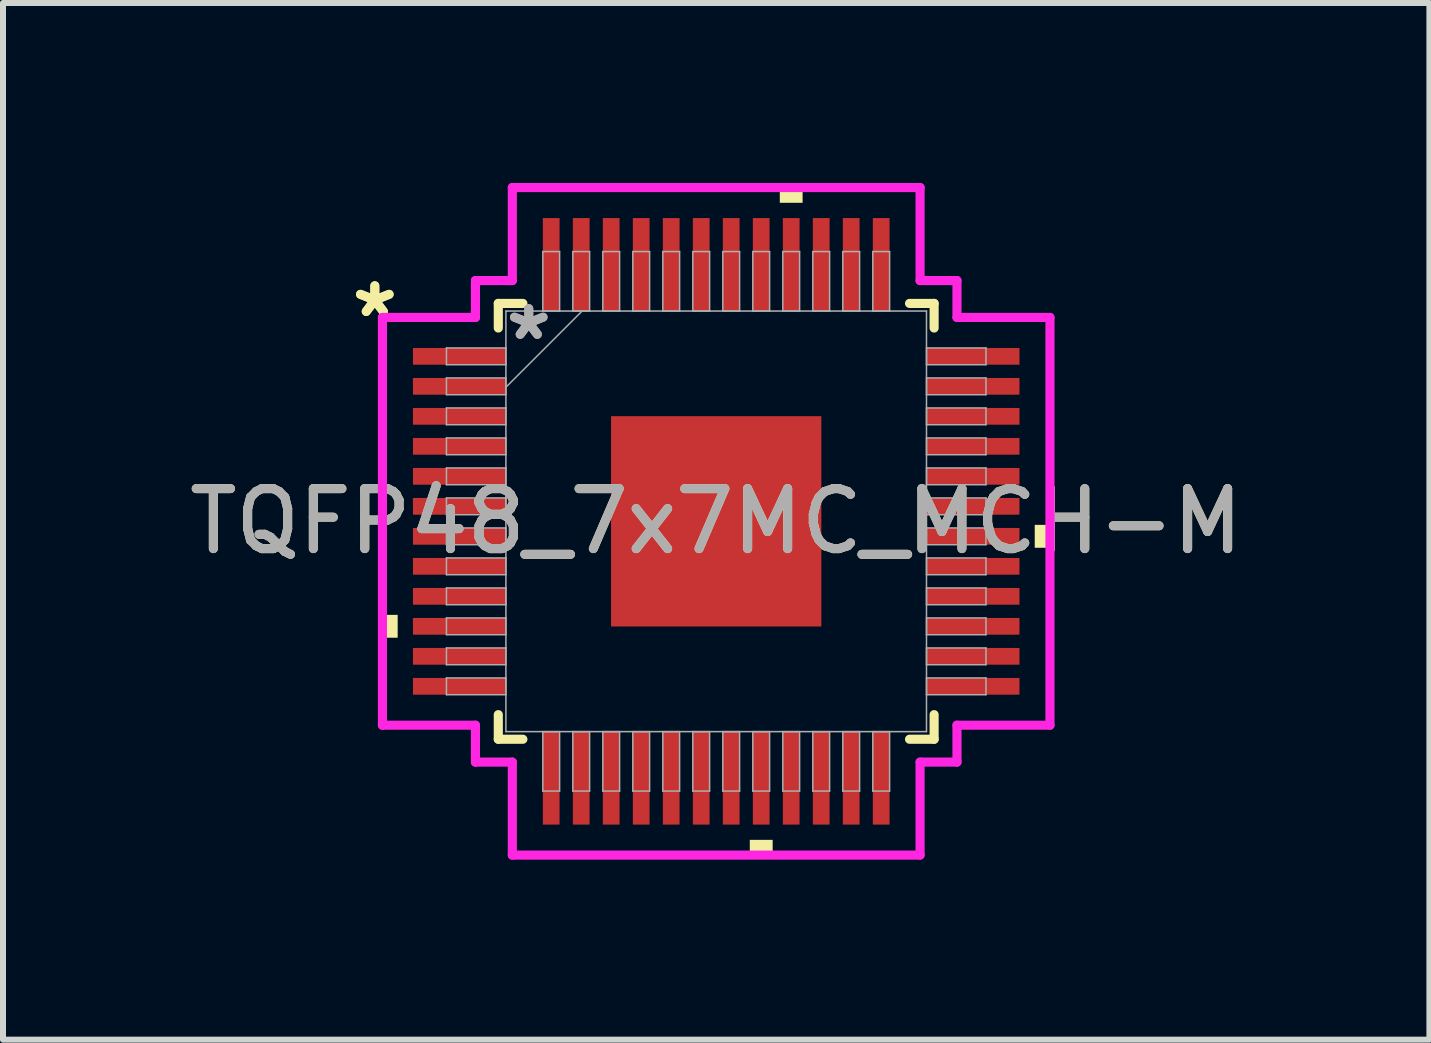
<source format=kicad_pcb>
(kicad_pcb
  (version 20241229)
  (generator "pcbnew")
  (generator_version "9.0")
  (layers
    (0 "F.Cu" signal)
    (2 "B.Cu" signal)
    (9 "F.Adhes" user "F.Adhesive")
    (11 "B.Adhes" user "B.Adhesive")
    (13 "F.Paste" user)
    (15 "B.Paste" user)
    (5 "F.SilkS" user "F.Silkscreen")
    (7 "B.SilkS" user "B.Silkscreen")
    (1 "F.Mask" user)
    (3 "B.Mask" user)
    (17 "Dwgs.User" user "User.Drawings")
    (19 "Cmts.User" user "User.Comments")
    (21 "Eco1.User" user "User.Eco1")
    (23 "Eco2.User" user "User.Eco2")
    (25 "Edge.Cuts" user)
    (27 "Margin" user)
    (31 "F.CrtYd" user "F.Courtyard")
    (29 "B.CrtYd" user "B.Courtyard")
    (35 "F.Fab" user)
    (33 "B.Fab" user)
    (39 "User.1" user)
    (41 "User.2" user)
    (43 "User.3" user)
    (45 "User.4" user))
  (footprint "TQFP48_7x7MC_MCH-M"
    (layer "F.Cu")
    (at 8.887 5.639)
    (property "Reference" "TQFP48_7x7MC_MCH-M" (at 0 0 0) (unlocked yes) (layer "F.SilkS") (effects (font (size 1 1) (thickness 0.15))))
    (attr smd)
    (fp_line (start -3.632 -3.632) (end -3.632 -3.222) (stroke (width 0.152) (type solid)) (layer "F.SilkS"))
    (fp_line (start -3.632 3.222) (end -3.632 3.632) (stroke (width 0.152) (type solid)) (layer "F.SilkS"))
    (fp_line (start -3.632 3.632) (end -3.222 3.632) (stroke (width 0.152) (type solid)) (layer "F.SilkS"))
    (fp_line (start -3.222 -3.632) (end -3.632 -3.632) (stroke (width 0.152) (type solid)) (layer "F.SilkS"))
    (fp_line (start 3.222 3.632) (end 3.632 3.632) (stroke (width 0.152) (type solid)) (layer "F.SilkS"))
    (fp_line (start 3.632 -3.632) (end 3.222 -3.632) (stroke (width 0.152) (type solid)) (layer "F.SilkS"))
    (fp_line (start 3.632 -3.222) (end 3.632 -3.632) (stroke (width 0.152) (type solid)) (layer "F.SilkS"))
    (fp_line (start 3.632 3.632) (end 3.632 3.222) (stroke (width 0.152) (type solid)) (layer "F.SilkS"))
    (fp_poly (pts (xy -5.563 1.559) (xy -5.563 1.94) (xy -5.309 1.94) (xy -5.309 1.559)) (stroke (width 0) (type solid)) (fill yes) (layer "F.SilkS"))
    (fp_poly (pts (xy 0.56 5.309) (xy 0.56 5.563) (xy 0.941 5.563) (xy 0.941 5.309)) (stroke (width 0) (type solid)) (fill yes) (layer "F.SilkS"))
    (fp_poly (pts (xy 1.06 -5.309) (xy 1.06 -5.563) (xy 1.44 -5.563) (xy 1.44 -5.309)) (stroke (width 0) (type solid)) (fill yes) (layer "F.SilkS"))
    (fp_poly (pts (xy 5.563 0.059) (xy 5.563 0.441) (xy 5.309 0.441) (xy 5.309 0.059)) (stroke (width 0) (type solid)) (fill yes) (layer "F.SilkS"))
    (fp_poly (pts (xy -1.653 -1.653) (xy -1.653 -0.1) (xy -0.1 -0.1) (xy -0.1 -1.653)) (stroke (width 0) (type solid)) (fill yes) (layer "F.Paste"))
    (fp_poly (pts (xy -1.653 0.1) (xy -1.653 1.653) (xy -0.1 1.653) (xy -0.1 0.1)) (stroke (width 0) (type solid)) (fill yes) (layer "F.Paste"))
    (fp_poly (pts (xy 0.1 -1.653) (xy 0.1 -0.1) (xy 1.653 -0.1) (xy 1.653 -1.653)) (stroke (width 0) (type solid)) (fill yes) (layer "F.Paste"))
    (fp_poly (pts (xy 0.1 0.1) (xy 0.1 1.653) (xy 1.653 1.653) (xy 1.653 0.1)) (stroke (width 0) (type solid)) (fill yes) (layer "F.Paste"))
    (fp_line (start -5.563 -3.398) (end -4.013 -3.398) (stroke (width 0.152) (type solid)) (layer "F.CrtYd"))
    (fp_line (start -5.563 3.398) (end -5.563 -3.398) (stroke (width 0.152) (type solid)) (layer "F.CrtYd"))
    (fp_line (start -4.013 -4.013) (end -3.398 -4.013) (stroke (width 0.152) (type solid)) (layer "F.CrtYd"))
    (fp_line (start -4.013 -3.398) (end -4.013 -4.013) (stroke (width 0.152) (type solid)) (layer "F.CrtYd"))
    (fp_line (start -4.013 3.398) (end -5.563 3.398) (stroke (width 0.152) (type solid)) (layer "F.CrtYd"))
    (fp_line (start -4.013 4.013) (end -4.013 3.398) (stroke (width 0.152) (type solid)) (layer "F.CrtYd"))
    (fp_line (start -4.013 4.013) (end -3.398 4.013) (stroke (width 0.152) (type solid)) (layer "F.CrtYd"))
    (fp_line (start -3.398 -5.563) (end 3.398 -5.563) (stroke (width 0.152) (type solid)) (layer "F.CrtYd"))
    (fp_line (start -3.398 -4.013) (end -3.398 -5.563) (stroke (width 0.152) (type solid)) (layer "F.CrtYd"))
    (fp_line (start -3.398 4.013) (end -3.398 5.563) (stroke (width 0.152) (type solid)) (layer "F.CrtYd"))
    (fp_line (start -3.398 5.563) (end 3.398 5.563) (stroke (width 0.152) (type solid)) (layer "F.CrtYd"))
    (fp_line (start 3.398 -5.563) (end 3.398 -4.013) (stroke (width 0.152) (type solid)) (layer "F.CrtYd"))
    (fp_line (start 3.398 -4.013) (end 4.013 -4.013) (stroke (width 0.152) (type solid)) (layer "F.CrtYd"))
    (fp_line (start 3.398 4.013) (end 4.013 4.013) (stroke (width 0.152) (type solid)) (layer "F.CrtYd"))
    (fp_line (start 3.398 5.563) (end 3.398 4.013) (stroke (width 0.152) (type solid)) (layer "F.CrtYd"))
    (fp_line (start 4.013 -3.398) (end 4.013 -4.013) (stroke (width 0.152) (type solid)) (layer "F.CrtYd"))
    (fp_line (start 4.013 3.398) (end 5.563 3.398) (stroke (width 0.152) (type solid)) (layer "F.CrtYd"))
    (fp_line (start 4.013 4.013) (end 4.013 3.398) (stroke (width 0.152) (type solid)) (layer "F.CrtYd"))
    (fp_line (start 5.563 -3.398) (end 4.013 -3.398) (stroke (width 0.152) (type solid)) (layer "F.CrtYd"))
    (fp_line (start 5.563 3.398) (end 5.563 -3.398) (stroke (width 0.152) (type solid)) (layer "F.CrtYd"))
    (fp_line (start -4.496 -2.89) (end -4.496 -2.61) (stroke (width 0.025) (type solid)) (layer "F.Fab"))
    (fp_line (start -4.496 -2.61) (end -3.505 -2.61) (stroke (width 0.025) (type solid)) (layer "F.Fab"))
    (fp_line (start -4.496 -2.39) (end -4.496 -2.11) (stroke (width 0.025) (type solid)) (layer "F.Fab"))
    (fp_line (start -4.496 -2.11) (end -3.505 -2.11) (stroke (width 0.025) (type solid)) (layer "F.Fab"))
    (fp_line (start -4.496 -1.89) (end -4.496 -1.61) (stroke (width 0.025) (type solid)) (layer "F.Fab"))
    (fp_line (start -4.496 -1.61) (end -3.505 -1.61) (stroke (width 0.025) (type solid)) (layer "F.Fab"))
    (fp_line (start -4.496 -1.39) (end -4.496 -1.11) (stroke (width 0.025) (type solid)) (layer "F.Fab"))
    (fp_line (start -4.496 -1.11) (end -3.505 -1.11) (stroke (width 0.025) (type solid)) (layer "F.Fab"))
    (fp_line (start -4.496 -0.89) (end -4.496 -0.61) (stroke (width 0.025) (type solid)) (layer "F.Fab"))
    (fp_line (start -4.496 -0.61) (end -3.505 -0.61) (stroke (width 0.025) (type solid)) (layer "F.Fab"))
    (fp_line (start -4.496 -0.39) (end -4.496 -0.11) (stroke (width 0.025) (type solid)) (layer "F.Fab"))
    (fp_line (start -4.496 -0.11) (end -3.505 -0.11) (stroke (width 0.025) (type solid)) (layer "F.Fab"))
    (fp_line (start -4.496 0.11) (end -4.496 0.39) (stroke (width 0.025) (type solid)) (layer "F.Fab"))
    (fp_line (start -4.496 0.39) (end -3.505 0.39) (stroke (width 0.025) (type solid)) (layer "F.Fab"))
    (fp_line (start -4.496 0.61) (end -4.496 0.89) (stroke (width 0.025) (type solid)) (layer "F.Fab"))
    (fp_line (start -4.496 0.89) (end -3.505 0.89) (stroke (width 0.025) (type solid)) (layer "F.Fab"))
    (fp_line (start -4.496 1.11) (end -4.496 1.39) (stroke (width 0.025) (type solid)) (layer "F.Fab"))
    (fp_line (start -4.496 1.39) (end -3.505 1.39) (stroke (width 0.025) (type solid)) (layer "F.Fab"))
    (fp_line (start -4.496 1.61) (end -4.496 1.89) (stroke (width 0.025) (type solid)) (layer "F.Fab"))
    (fp_line (start -4.496 1.89) (end -3.505 1.89) (stroke (width 0.025) (type solid)) (layer "F.Fab"))
    (fp_line (start -4.496 2.11) (end -4.496 2.39) (stroke (width 0.025) (type solid)) (layer "F.Fab"))
    (fp_line (start -4.496 2.39) (end -3.505 2.39) (stroke (width 0.025) (type solid)) (layer "F.Fab"))
    (fp_line (start -4.496 2.61) (end -4.496 2.89) (stroke (width 0.025) (type solid)) (layer "F.Fab"))
    (fp_line (start -4.496 2.89) (end -3.505 2.89) (stroke (width 0.025) (type solid)) (layer "F.Fab"))
    (fp_line (start -3.505 -3.505) (end -3.505 3.505) (stroke (width 0.025) (type solid)) (layer "F.Fab"))
    (fp_line (start -3.505 -2.89) (end -4.496 -2.89) (stroke (width 0.025) (type solid)) (layer "F.Fab"))
    (fp_line (start -3.505 -2.61) (end -3.505 -2.89) (stroke (width 0.025) (type solid)) (layer "F.Fab"))
    (fp_line (start -3.505 -2.39) (end -4.496 -2.39) (stroke (width 0.025) (type solid)) (layer "F.Fab"))
    (fp_line (start -3.505 -2.235) (end -2.235 -3.505) (stroke (width 0.025) (type solid)) (layer "F.Fab"))
    (fp_line (start -3.505 -2.11) (end -3.505 -2.39) (stroke (width 0.025) (type solid)) (layer "F.Fab"))
    (fp_line (start -3.505 -1.89) (end -4.496 -1.89) (stroke (width 0.025) (type solid)) (layer "F.Fab"))
    (fp_line (start -3.505 -1.61) (end -3.505 -1.89) (stroke (width 0.025) (type solid)) (layer "F.Fab"))
    (fp_line (start -3.505 -1.39) (end -4.496 -1.39) (stroke (width 0.025) (type solid)) (layer "F.Fab"))
    (fp_line (start -3.505 -1.11) (end -3.505 -1.39) (stroke (width 0.025) (type solid)) (layer "F.Fab"))
    (fp_line (start -3.505 -0.89) (end -4.496 -0.89) (stroke (width 0.025) (type solid)) (layer "F.Fab"))
    (fp_line (start -3.505 -0.61) (end -3.505 -0.89) (stroke (width 0.025) (type solid)) (layer "F.Fab"))
    (fp_line (start -3.505 -0.39) (end -4.496 -0.39) (stroke (width 0.025) (type solid)) (layer "F.Fab"))
    (fp_line (start -3.505 -0.11) (end -3.505 -0.39) (stroke (width 0.025) (type solid)) (layer "F.Fab"))
    (fp_line (start -3.505 0.11) (end -4.496 0.11) (stroke (width 0.025) (type solid)) (layer "F.Fab"))
    (fp_line (start -3.505 0.39) (end -3.505 0.11) (stroke (width 0.025) (type solid)) (layer "F.Fab"))
    (fp_line (start -3.505 0.61) (end -4.496 0.61) (stroke (width 0.025) (type solid)) (layer "F.Fab"))
    (fp_line (start -3.505 0.89) (end -3.505 0.61) (stroke (width 0.025) (type solid)) (layer "F.Fab"))
    (fp_line (start -3.505 1.11) (end -4.496 1.11) (stroke (width 0.025) (type solid)) (layer "F.Fab"))
    (fp_line (start -3.505 1.39) (end -3.505 1.11) (stroke (width 0.025) (type solid)) (layer "F.Fab"))
    (fp_line (start -3.505 1.61) (end -4.496 1.61) (stroke (width 0.025) (type solid)) (layer "F.Fab"))
    (fp_line (start -3.505 1.89) (end -3.505 1.61) (stroke (width 0.025) (type solid)) (layer "F.Fab"))
    (fp_line (start -3.505 2.11) (end -4.496 2.11) (stroke (width 0.025) (type solid)) (layer "F.Fab"))
    (fp_line (start -3.505 2.39) (end -3.505 2.11) (stroke (width 0.025) (type solid)) (layer "F.Fab"))
    (fp_line (start -3.505 2.61) (end -4.496 2.61) (stroke (width 0.025) (type solid)) (layer "F.Fab"))
    (fp_line (start -3.505 2.89) (end -3.505 2.61) (stroke (width 0.025) (type solid)) (layer "F.Fab"))
    (fp_line (start -3.505 3.505) (end 3.505 3.505) (stroke (width 0.025) (type solid)) (layer "F.Fab"))
    (fp_line (start -2.89 -4.496) (end -2.89 -3.505) (stroke (width 0.025) (type solid)) (layer "F.Fab"))
    (fp_line (start -2.89 -3.505) (end -2.61 -3.505) (stroke (width 0.025) (type solid)) (layer "F.Fab"))
    (fp_line (start -2.89 3.505) (end -2.89 4.496) (stroke (width 0.025) (type solid)) (layer "F.Fab"))
    (fp_line (start -2.89 4.496) (end -2.61 4.496) (stroke (width 0.025) (type solid)) (layer "F.Fab"))
    (fp_line (start -2.61 -4.496) (end -2.89 -4.496) (stroke (width 0.025) (type solid)) (layer "F.Fab"))
    (fp_line (start -2.61 -3.505) (end -2.61 -4.496) (stroke (width 0.025) (type solid)) (layer "F.Fab"))
    (fp_line (start -2.61 3.505) (end -2.89 3.505) (stroke (width 0.025) (type solid)) (layer "F.Fab"))
    (fp_line (start -2.61 4.496) (end -2.61 3.505) (stroke (width 0.025) (type solid)) (layer "F.Fab"))
    (fp_line (start -2.39 -4.496) (end -2.39 -3.505) (stroke (width 0.025) (type solid)) (layer "F.Fab"))
    (fp_line (start -2.39 -3.505) (end -2.11 -3.505) (stroke (width 0.025) (type solid)) (layer "F.Fab"))
    (fp_line (start -2.39 3.505) (end -2.39 4.496) (stroke (width 0.025) (type solid)) (layer "F.Fab"))
    (fp_line (start -2.39 4.496) (end -2.11 4.496) (stroke (width 0.025) (type solid)) (layer "F.Fab"))
    (fp_line (start -2.11 -4.496) (end -2.39 -4.496) (stroke (width 0.025) (type solid)) (layer "F.Fab"))
    (fp_line (start -2.11 -3.505) (end -2.11 -4.496) (stroke (width 0.025) (type solid)) (layer "F.Fab"))
    (fp_line (start -2.11 3.505) (end -2.39 3.505) (stroke (width 0.025) (type solid)) (layer "F.Fab"))
    (fp_line (start -2.11 4.496) (end -2.11 3.505) (stroke (width 0.025) (type solid)) (layer "F.Fab"))
    (fp_line (start -1.89 -4.496) (end -1.89 -3.505) (stroke (width 0.025) (type solid)) (layer "F.Fab"))
    (fp_line (start -1.89 -3.505) (end -1.61 -3.505) (stroke (width 0.025) (type solid)) (layer "F.Fab"))
    (fp_line (start -1.89 3.505) (end -1.89 4.496) (stroke (width 0.025) (type solid)) (layer "F.Fab"))
    (fp_line (start -1.89 4.496) (end -1.61 4.496) (stroke (width 0.025) (type solid)) (layer "F.Fab"))
    (fp_line (start -1.61 -4.496) (end -1.89 -4.496) (stroke (width 0.025) (type solid)) (layer "F.Fab"))
    (fp_line (start -1.61 -3.505) (end -1.61 -4.496) (stroke (width 0.025) (type solid)) (layer "F.Fab"))
    (fp_line (start -1.61 3.505) (end -1.89 3.505) (stroke (width 0.025) (type solid)) (layer "F.Fab"))
    (fp_line (start -1.61 4.496) (end -1.61 3.505) (stroke (width 0.025) (type solid)) (layer "F.Fab"))
    (fp_line (start -1.39 -4.496) (end -1.39 -3.505) (stroke (width 0.025) (type solid)) (layer "F.Fab"))
    (fp_line (start -1.39 -3.505) (end -1.11 -3.505) (stroke (width 0.025) (type solid)) (layer "F.Fab"))
    (fp_line (start -1.39 3.505) (end -1.39 4.496) (stroke (width 0.025) (type solid)) (layer "F.Fab"))
    (fp_line (start -1.39 4.496) (end -1.11 4.496) (stroke (width 0.025) (type solid)) (layer "F.Fab"))
    (fp_line (start -1.11 -4.496) (end -1.39 -4.496) (stroke (width 0.025) (type solid)) (layer "F.Fab"))
    (fp_line (start -1.11 -3.505) (end -1.11 -4.496) (stroke (width 0.025) (type solid)) (layer "F.Fab"))
    (fp_line (start -1.11 3.505) (end -1.39 3.505) (stroke (width 0.025) (type solid)) (layer "F.Fab"))
    (fp_line (start -1.11 4.496) (end -1.11 3.505) (stroke (width 0.025) (type solid)) (layer "F.Fab"))
    (fp_line (start -0.89 -4.496) (end -0.89 -3.505) (stroke (width 0.025) (type solid)) (layer "F.Fab"))
    (fp_line (start -0.89 -3.505) (end -0.61 -3.505) (stroke (width 0.025) (type solid)) (layer "F.Fab"))
    (fp_line (start -0.89 3.505) (end -0.89 4.496) (stroke (width 0.025) (type solid)) (layer "F.Fab"))
    (fp_line (start -0.89 4.496) (end -0.61 4.496) (stroke (width 0.025) (type solid)) (layer "F.Fab"))
    (fp_line (start -0.61 -4.496) (end -0.89 -4.496) (stroke (width 0.025) (type solid)) (layer "F.Fab"))
    (fp_line (start -0.61 -3.505) (end -0.61 -4.496) (stroke (width 0.025) (type solid)) (layer "F.Fab"))
    (fp_line (start -0.61 3.505) (end -0.89 3.505) (stroke (width 0.025) (type solid)) (layer "F.Fab"))
    (fp_line (start -0.61 4.496) (end -0.61 3.505) (stroke (width 0.025) (type solid)) (layer "F.Fab"))
    (fp_line (start -0.39 -4.496) (end -0.39 -3.505) (stroke (width 0.025) (type solid)) (layer "F.Fab"))
    (fp_line (start -0.39 -3.505) (end -0.11 -3.505) (stroke (width 0.025) (type solid)) (layer "F.Fab"))
    (fp_line (start -0.39 3.505) (end -0.39 4.496) (stroke (width 0.025) (type solid)) (layer "F.Fab"))
    (fp_line (start -0.39 4.496) (end -0.11 4.496) (stroke (width 0.025) (type solid)) (layer "F.Fab"))
    (fp_line (start -0.11 -4.496) (end -0.39 -4.496) (stroke (width 0.025) (type solid)) (layer "F.Fab"))
    (fp_line (start -0.11 -3.505) (end -0.11 -4.496) (stroke (width 0.025) (type solid)) (layer "F.Fab"))
    (fp_line (start -0.11 3.505) (end -0.39 3.505) (stroke (width 0.025) (type solid)) (layer "F.Fab"))
    (fp_line (start -0.11 4.496) (end -0.11 3.505) (stroke (width 0.025) (type solid)) (layer "F.Fab"))
    (fp_line (start 0.11 -4.496) (end 0.11 -3.505) (stroke (width 0.025) (type solid)) (layer "F.Fab"))
    (fp_line (start 0.11 -3.505) (end 0.39 -3.505) (stroke (width 0.025) (type solid)) (layer "F.Fab"))
    (fp_line (start 0.11 3.505) (end 0.11 4.496) (stroke (width 0.025) (type solid)) (layer "F.Fab"))
    (fp_line (start 0.11 4.496) (end 0.39 4.496) (stroke (width 0.025) (type solid)) (layer "F.Fab"))
    (fp_line (start 0.39 -4.496) (end 0.11 -4.496) (stroke (width 0.025) (type solid)) (layer "F.Fab"))
    (fp_line (start 0.39 -3.505) (end 0.39 -4.496) (stroke (width 0.025) (type solid)) (layer "F.Fab"))
    (fp_line (start 0.39 3.505) (end 0.11 3.505) (stroke (width 0.025) (type solid)) (layer "F.Fab"))
    (fp_line (start 0.39 4.496) (end 0.39 3.505) (stroke (width 0.025) (type solid)) (layer "F.Fab"))
    (fp_line (start 0.61 -4.496) (end 0.61 -3.505) (stroke (width 0.025) (type solid)) (layer "F.Fab"))
    (fp_line (start 0.61 -3.505) (end 0.89 -3.505) (stroke (width 0.025) (type solid)) (layer "F.Fab"))
    (fp_line (start 0.61 3.505) (end 0.61 4.496) (stroke (width 0.025) (type solid)) (layer "F.Fab"))
    (fp_line (start 0.61 4.496) (end 0.89 4.496) (stroke (width 0.025) (type solid)) (layer "F.Fab"))
    (fp_line (start 0.89 -4.496) (end 0.61 -4.496) (stroke (width 0.025) (type solid)) (layer "F.Fab"))
    (fp_line (start 0.89 -3.505) (end 0.89 -4.496) (stroke (width 0.025) (type solid)) (layer "F.Fab"))
    (fp_line (start 0.89 3.505) (end 0.61 3.505) (stroke (width 0.025) (type solid)) (layer "F.Fab"))
    (fp_line (start 0.89 4.496) (end 0.89 3.505) (stroke (width 0.025) (type solid)) (layer "F.Fab"))
    (fp_line (start 1.11 -4.496) (end 1.11 -3.505) (stroke (width 0.025) (type solid)) (layer "F.Fab"))
    (fp_line (start 1.11 -3.505) (end 1.39 -3.505) (stroke (width 0.025) (type solid)) (layer "F.Fab"))
    (fp_line (start 1.11 3.505) (end 1.11 4.496) (stroke (width 0.025) (type solid)) (layer "F.Fab"))
    (fp_line (start 1.11 4.496) (end 1.39 4.496) (stroke (width 0.025) (type solid)) (layer "F.Fab"))
    (fp_line (start 1.39 -4.496) (end 1.11 -4.496) (stroke (width 0.025) (type solid)) (layer "F.Fab"))
    (fp_line (start 1.39 -3.505) (end 1.39 -4.496) (stroke (width 0.025) (type solid)) (layer "F.Fab"))
    (fp_line (start 1.39 3.505) (end 1.11 3.505) (stroke (width 0.025) (type solid)) (layer "F.Fab"))
    (fp_line (start 1.39 4.496) (end 1.39 3.505) (stroke (width 0.025) (type solid)) (layer "F.Fab"))
    (fp_line (start 1.61 -4.496) (end 1.61 -3.505) (stroke (width 0.025) (type solid)) (layer "F.Fab"))
    (fp_line (start 1.61 -3.505) (end 1.89 -3.505) (stroke (width 0.025) (type solid)) (layer "F.Fab"))
    (fp_line (start 1.61 3.505) (end 1.61 4.496) (stroke (width 0.025) (type solid)) (layer "F.Fab"))
    (fp_line (start 1.61 4.496) (end 1.89 4.496) (stroke (width 0.025) (type solid)) (layer "F.Fab"))
    (fp_line (start 1.89 -4.496) (end 1.61 -4.496) (stroke (width 0.025) (type solid)) (layer "F.Fab"))
    (fp_line (start 1.89 -3.505) (end 1.89 -4.496) (stroke (width 0.025) (type solid)) (layer "F.Fab"))
    (fp_line (start 1.89 3.505) (end 1.61 3.505) (stroke (width 0.025) (type solid)) (layer "F.Fab"))
    (fp_line (start 1.89 4.496) (end 1.89 3.505) (stroke (width 0.025) (type solid)) (layer "F.Fab"))
    (fp_line (start 2.11 -4.496) (end 2.11 -3.505) (stroke (width 0.025) (type solid)) (layer "F.Fab"))
    (fp_line (start 2.11 -3.505) (end 2.39 -3.505) (stroke (width 0.025) (type solid)) (layer "F.Fab"))
    (fp_line (start 2.11 3.505) (end 2.11 4.496) (stroke (width 0.025) (type solid)) (layer "F.Fab"))
    (fp_line (start 2.11 4.496) (end 2.39 4.496) (stroke (width 0.025) (type solid)) (layer "F.Fab"))
    (fp_line (start 2.39 -4.496) (end 2.11 -4.496) (stroke (width 0.025) (type solid)) (layer "F.Fab"))
    (fp_line (start 2.39 -3.505) (end 2.39 -4.496) (stroke (width 0.025) (type solid)) (layer "F.Fab"))
    (fp_line (start 2.39 3.505) (end 2.11 3.505) (stroke (width 0.025) (type solid)) (layer "F.Fab"))
    (fp_line (start 2.39 4.496) (end 2.39 3.505) (stroke (width 0.025) (type solid)) (layer "F.Fab"))
    (fp_line (start 2.61 -4.496) (end 2.61 -3.505) (stroke (width 0.025) (type solid)) (layer "F.Fab"))
    (fp_line (start 2.61 -3.505) (end 2.89 -3.505) (stroke (width 0.025) (type solid)) (layer "F.Fab"))
    (fp_line (start 2.61 3.505) (end 2.61 4.496) (stroke (width 0.025) (type solid)) (layer "F.Fab"))
    (fp_line (start 2.61 4.496) (end 2.89 4.496) (stroke (width 0.025) (type solid)) (layer "F.Fab"))
    (fp_line (start 2.89 -4.496) (end 2.61 -4.496) (stroke (width 0.025) (type solid)) (layer "F.Fab"))
    (fp_line (start 2.89 -3.505) (end 2.89 -4.496) (stroke (width 0.025) (type solid)) (layer "F.Fab"))
    (fp_line (start 2.89 3.505) (end 2.61 3.505) (stroke (width 0.025) (type solid)) (layer "F.Fab"))
    (fp_line (start 2.89 4.496) (end 2.89 3.505) (stroke (width 0.025) (type solid)) (layer "F.Fab"))
    (fp_line (start 3.505 -3.505) (end -3.505 -3.505) (stroke (width 0.025) (type solid)) (layer "F.Fab"))
    (fp_line (start 3.505 -2.89) (end 3.505 -2.61) (stroke (width 0.025) (type solid)) (layer "F.Fab"))
    (fp_line (start 3.505 -2.61) (end 4.496 -2.61) (stroke (width 0.025) (type solid)) (layer "F.Fab"))
    (fp_line (start 3.505 -2.39) (end 3.505 -2.11) (stroke (width 0.025) (type solid)) (layer "F.Fab"))
    (fp_line (start 3.505 -2.11) (end 4.496 -2.11) (stroke (width 0.025) (type solid)) (layer "F.Fab"))
    (fp_line (start 3.505 -1.89) (end 3.505 -1.61) (stroke (width 0.025) (type solid)) (layer "F.Fab"))
    (fp_line (start 3.505 -1.61) (end 4.496 -1.61) (stroke (width 0.025) (type solid)) (layer "F.Fab"))
    (fp_line (start 3.505 -1.39) (end 3.505 -1.11) (stroke (width 0.025) (type solid)) (layer "F.Fab"))
    (fp_line (start 3.505 -1.11) (end 4.496 -1.11) (stroke (width 0.025) (type solid)) (layer "F.Fab"))
    (fp_line (start 3.505 -0.89) (end 3.505 -0.61) (stroke (width 0.025) (type solid)) (layer "F.Fab"))
    (fp_line (start 3.505 -0.61) (end 4.496 -0.61) (stroke (width 0.025) (type solid)) (layer "F.Fab"))
    (fp_line (start 3.505 -0.39) (end 3.505 -0.11) (stroke (width 0.025) (type solid)) (layer "F.Fab"))
    (fp_line (start 3.505 -0.11) (end 4.496 -0.11) (stroke (width 0.025) (type solid)) (layer "F.Fab"))
    (fp_line (start 3.505 0.11) (end 3.505 0.39) (stroke (width 0.025) (type solid)) (layer "F.Fab"))
    (fp_line (start 3.505 0.39) (end 4.496 0.39) (stroke (width 0.025) (type solid)) (layer "F.Fab"))
    (fp_line (start 3.505 0.61) (end 3.505 0.89) (stroke (width 0.025) (type solid)) (layer "F.Fab"))
    (fp_line (start 3.505 0.89) (end 4.496 0.89) (stroke (width 0.025) (type solid)) (layer "F.Fab"))
    (fp_line (start 3.505 1.11) (end 3.505 1.39) (stroke (width 0.025) (type solid)) (layer "F.Fab"))
    (fp_line (start 3.505 1.39) (end 4.496 1.39) (stroke (width 0.025) (type solid)) (layer "F.Fab"))
    (fp_line (start 3.505 1.61) (end 3.505 1.89) (stroke (width 0.025) (type solid)) (layer "F.Fab"))
    (fp_line (start 3.505 1.89) (end 4.496 1.89) (stroke (width 0.025) (type solid)) (layer "F.Fab"))
    (fp_line (start 3.505 2.11) (end 3.505 2.39) (stroke (width 0.025) (type solid)) (layer "F.Fab"))
    (fp_line (start 3.505 2.39) (end 4.496 2.39) (stroke (width 0.025) (type solid)) (layer "F.Fab"))
    (fp_line (start 3.505 2.61) (end 3.505 2.89) (stroke (width 0.025) (type solid)) (layer "F.Fab"))
    (fp_line (start 3.505 2.89) (end 4.496 2.89) (stroke (width 0.025) (type solid)) (layer "F.Fab"))
    (fp_line (start 3.505 3.505) (end 3.505 -3.505) (stroke (width 0.025) (type solid)) (layer "F.Fab"))
    (fp_line (start 4.496 -2.89) (end 3.505 -2.89) (stroke (width 0.025) (type solid)) (layer "F.Fab"))
    (fp_line (start 4.496 -2.61) (end 4.496 -2.89) (stroke (width 0.025) (type solid)) (layer "F.Fab"))
    (fp_line (start 4.496 -2.39) (end 3.505 -2.39) (stroke (width 0.025) (type solid)) (layer "F.Fab"))
    (fp_line (start 4.496 -2.11) (end 4.496 -2.39) (stroke (width 0.025) (type solid)) (layer "F.Fab"))
    (fp_line (start 4.496 -1.89) (end 3.505 -1.89) (stroke (width 0.025) (type solid)) (layer "F.Fab"))
    (fp_line (start 4.496 -1.61) (end 4.496 -1.89) (stroke (width 0.025) (type solid)) (layer "F.Fab"))
    (fp_line (start 4.496 -1.39) (end 3.505 -1.39) (stroke (width 0.025) (type solid)) (layer "F.Fab"))
    (fp_line (start 4.496 -1.11) (end 4.496 -1.39) (stroke (width 0.025) (type solid)) (layer "F.Fab"))
    (fp_line (start 4.496 -0.89) (end 3.505 -0.89) (stroke (width 0.025) (type solid)) (layer "F.Fab"))
    (fp_line (start 4.496 -0.61) (end 4.496 -0.89) (stroke (width 0.025) (type solid)) (layer "F.Fab"))
    (fp_line (start 4.496 -0.39) (end 3.505 -0.39) (stroke (width 0.025) (type solid)) (layer "F.Fab"))
    (fp_line (start 4.496 -0.11) (end 4.496 -0.39) (stroke (width 0.025) (type solid)) (layer "F.Fab"))
    (fp_line (start 4.496 0.11) (end 3.505 0.11) (stroke (width 0.025) (type solid)) (layer "F.Fab"))
    (fp_line (start 4.496 0.39) (end 4.496 0.11) (stroke (width 0.025) (type solid)) (layer "F.Fab"))
    (fp_line (start 4.496 0.61) (end 3.505 0.61) (stroke (width 0.025) (type solid)) (layer "F.Fab"))
    (fp_line (start 4.496 0.89) (end 4.496 0.61) (stroke (width 0.025) (type solid)) (layer "F.Fab"))
    (fp_line (start 4.496 1.11) (end 3.505 1.11) (stroke (width 0.025) (type solid)) (layer "F.Fab"))
    (fp_line (start 4.496 1.39) (end 4.496 1.11) (stroke (width 0.025) (type solid)) (layer "F.Fab"))
    (fp_line (start 4.496 1.61) (end 3.505 1.61) (stroke (width 0.025) (type solid)) (layer "F.Fab"))
    (fp_line (start 4.496 1.89) (end 4.496 1.61) (stroke (width 0.025) (type solid)) (layer "F.Fab"))
    (fp_line (start 4.496 2.11) (end 3.505 2.11) (stroke (width 0.025) (type solid)) (layer "F.Fab"))
    (fp_line (start 4.496 2.39) (end 4.496 2.11) (stroke (width 0.025) (type solid)) (layer "F.Fab"))
    (fp_line (start 4.496 2.61) (end 3.505 2.61) (stroke (width 0.025) (type solid)) (layer "F.Fab"))
    (fp_line (start 4.496 2.89) (end 4.496 2.61) (stroke (width 0.025) (type solid)) (layer "F.Fab"))
    (fp_text user "*" (at -5.69 -3.381 0) (layer "F.SilkS") (effects (font (size 1 1) (thickness 0.15))))
    (fp_text user "*" (at -5.69 -3.381 0) (unlocked yes) (layer "F.SilkS") (effects (font (size 1 1) (thickness 0.15))))
    (fp_text user "${REFERENCE}" (at 0 0 0) (unlocked yes) (layer "F.Fab") (effects (font (size 1 1) (thickness 0.15))))
    (fp_text user "*" (at -3.124 -3 0) (layer "F.Fab") (effects (font (size 1 1) (thickness 0.15))))
    (fp_text user "*" (at -3.124 -3 0) (unlocked yes) (layer "F.Fab") (effects (font (size 1 1) (thickness 0.15))))
    (pad "1" smd rect (at -4.28 -2.75 90) (size 0.279 1.549) (layers "F.Cu" "F.Mask" "F.Paste"))
    (pad "2" smd rect (at -4.28 -2.25 90) (size 0.279 1.549) (layers "F.Cu" "F.Mask" "F.Paste"))
    (pad "3" smd rect (at -4.28 -1.75 90) (size 0.279 1.549) (layers "F.Cu" "F.Mask" "F.Paste"))
    (pad "4" smd rect (at -4.28 -1.25 90) (size 0.279 1.549) (layers "F.Cu" "F.Mask" "F.Paste"))
    (pad "5" smd rect (at -4.28 -0.75 90) (size 0.279 1.549) (layers "F.Cu" "F.Mask" "F.Paste"))
    (pad "6" smd rect (at -4.28 -0.25 90) (size 0.279 1.549) (layers "F.Cu" "F.Mask" "F.Paste"))
    (pad "7" smd rect (at -4.28 0.25 90) (size 0.279 1.549) (layers "F.Cu" "F.Mask" "F.Paste"))
    (pad "8" smd rect (at -4.28 0.75 90) (size 0.279 1.549) (layers "F.Cu" "F.Mask" "F.Paste"))
    (pad "9" smd rect (at -4.28 1.25 90) (size 0.279 1.549) (layers "F.Cu" "F.Mask" "F.Paste"))
    (pad "10" smd rect (at -4.28 1.75 90) (size 0.279 1.549) (layers "F.Cu" "F.Mask" "F.Paste"))
    (pad "11" smd rect (at -4.28 2.25 90) (size 0.279 1.549) (layers "F.Cu" "F.Mask" "F.Paste"))
    (pad "12" smd rect (at -4.28 2.75 90) (size 0.279 1.549) (layers "F.Cu" "F.Mask" "F.Paste"))
    (pad "13" smd rect (at -2.75 4.28) (size 0.279 1.549) (layers "F.Cu" "F.Mask" "F.Paste"))
    (pad "14" smd rect (at -2.25 4.28) (size 0.279 1.549) (layers "F.Cu" "F.Mask" "F.Paste"))
    (pad "15" smd rect (at -1.75 4.28) (size 0.279 1.549) (layers "F.Cu" "F.Mask" "F.Paste"))
    (pad "16" smd rect (at -1.25 4.28) (size 0.279 1.549) (layers "F.Cu" "F.Mask" "F.Paste"))
    (pad "17" smd rect (at -0.75 4.28) (size 0.279 1.549) (layers "F.Cu" "F.Mask" "F.Paste"))
    (pad "18" smd rect (at -0.25 4.28) (size 0.279 1.549) (layers "F.Cu" "F.Mask" "F.Paste"))
    (pad "19" smd rect (at 0.25 4.28) (size 0.279 1.549) (layers "F.Cu" "F.Mask" "F.Paste"))
    (pad "20" smd rect (at 0.75 4.28) (size 0.279 1.549) (layers "F.Cu" "F.Mask" "F.Paste"))
    (pad "21" smd rect (at 1.25 4.28) (size 0.279 1.549) (layers "F.Cu" "F.Mask" "F.Paste"))
    (pad "22" smd rect (at 1.75 4.28) (size 0.279 1.549) (layers "F.Cu" "F.Mask" "F.Paste"))
    (pad "23" smd rect (at 2.25 4.28) (size 0.279 1.549) (layers "F.Cu" "F.Mask" "F.Paste"))
    (pad "24" smd rect (at 2.75 4.28) (size 0.279 1.549) (layers "F.Cu" "F.Mask" "F.Paste"))
    (pad "25" smd rect (at 4.28 2.75 90) (size 0.279 1.549) (layers "F.Cu" "F.Mask" "F.Paste"))
    (pad "26" smd rect (at 4.28 2.25 90) (size 0.279 1.549) (layers "F.Cu" "F.Mask" "F.Paste"))
    (pad "27" smd rect (at 4.28 1.75 90) (size 0.279 1.549) (layers "F.Cu" "F.Mask" "F.Paste"))
    (pad "28" smd rect (at 4.28 1.25 90) (size 0.279 1.549) (layers "F.Cu" "F.Mask" "F.Paste"))
    (pad "29" smd rect (at 4.28 0.75 90) (size 0.279 1.549) (layers "F.Cu" "F.Mask" "F.Paste"))
    (pad "30" smd rect (at 4.28 0.25 90) (size 0.279 1.549) (layers "F.Cu" "F.Mask" "F.Paste"))
    (pad "31" smd rect (at 4.28 -0.25 90) (size 0.279 1.549) (layers "F.Cu" "F.Mask" "F.Paste"))
    (pad "32" smd rect (at 4.28 -0.75 90) (size 0.279 1.549) (layers "F.Cu" "F.Mask" "F.Paste"))
    (pad "33" smd rect (at 4.28 -1.25 90) (size 0.279 1.549) (layers "F.Cu" "F.Mask" "F.Paste"))
    (pad "34" smd rect (at 4.28 -1.75 90) (size 0.279 1.549) (layers "F.Cu" "F.Mask" "F.Paste"))
    (pad "35" smd rect (at 4.28 -2.25 90) (size 0.279 1.549) (layers "F.Cu" "F.Mask" "F.Paste"))
    (pad "36" smd rect (at 4.28 -2.75 90) (size 0.279 1.549) (layers "F.Cu" "F.Mask" "F.Paste"))
    (pad "37" smd rect (at 2.75 -4.28) (size 0.279 1.549) (layers "F.Cu" "F.Mask" "F.Paste"))
    (pad "38" smd rect (at 2.25 -4.28) (size 0.279 1.549) (layers "F.Cu" "F.Mask" "F.Paste"))
    (pad "39" smd rect (at 1.75 -4.28) (size 0.279 1.549) (layers "F.Cu" "F.Mask" "F.Paste"))
    (pad "40" smd rect (at 1.25 -4.28) (size 0.279 1.549) (layers "F.Cu" "F.Mask" "F.Paste"))
    (pad "41" smd rect (at 0.75 -4.28) (size 0.279 1.549) (layers "F.Cu" "F.Mask" "F.Paste"))
    (pad "42" smd rect (at 0.25 -4.28) (size 0.279 1.549) (layers "F.Cu" "F.Mask" "F.Paste"))
    (pad "43" smd rect (at -0.25 -4.28) (size 0.279 1.549) (layers "F.Cu" "F.Mask" "F.Paste"))
    (pad "44" smd rect (at -0.75 -4.28) (size 0.279 1.549) (layers "F.Cu" "F.Mask" "F.Paste"))
    (pad "45" smd rect (at -1.25 -4.28) (size 0.279 1.549) (layers "F.Cu" "F.Mask" "F.Paste"))
    (pad "46" smd rect (at -1.75 -4.28) (size 0.279 1.549) (layers "F.Cu" "F.Mask" "F.Paste"))
    (pad "47" smd rect (at -2.25 -4.28) (size 0.279 1.549) (layers "F.Cu" "F.Mask" "F.Paste"))
    (pad "48" smd rect (at -2.75 -4.28) (size 0.279 1.549) (layers "F.Cu" "F.Mask" "F.Paste"))
    (pad "EPAD" smd rect (at 0 0) (size 3.505 3.505) (layers "F.Cu" "F.Mask")))
  (gr_rect
    (start -3 -3)
    (end 20.774 14.278)
    (stroke (width 0.1) (type default))
    (fill no)
    (layer "Edge.Cuts")))
</source>
